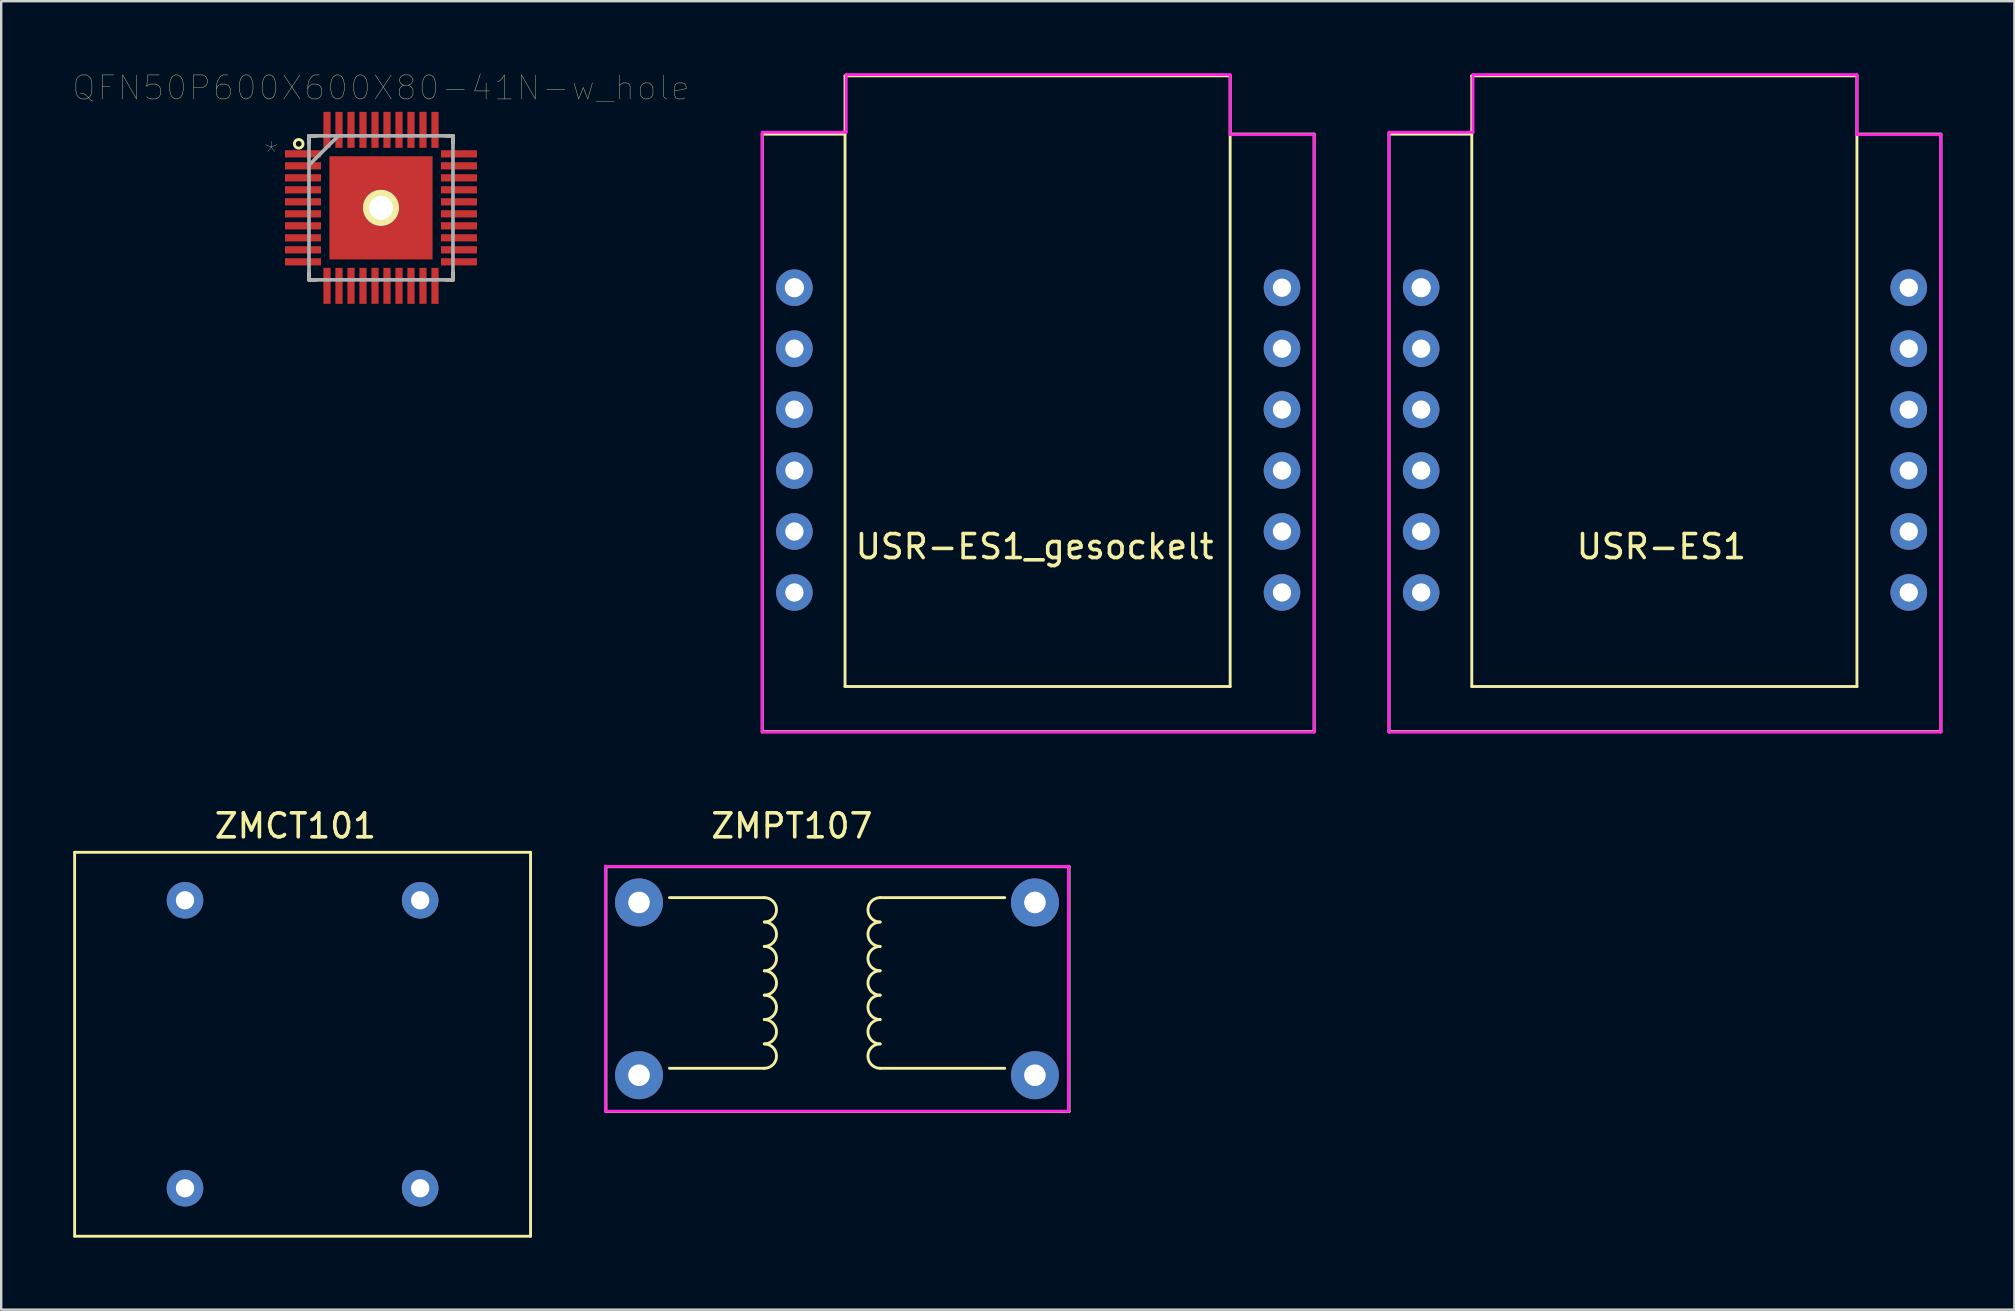
<source format=kicad_pcb>
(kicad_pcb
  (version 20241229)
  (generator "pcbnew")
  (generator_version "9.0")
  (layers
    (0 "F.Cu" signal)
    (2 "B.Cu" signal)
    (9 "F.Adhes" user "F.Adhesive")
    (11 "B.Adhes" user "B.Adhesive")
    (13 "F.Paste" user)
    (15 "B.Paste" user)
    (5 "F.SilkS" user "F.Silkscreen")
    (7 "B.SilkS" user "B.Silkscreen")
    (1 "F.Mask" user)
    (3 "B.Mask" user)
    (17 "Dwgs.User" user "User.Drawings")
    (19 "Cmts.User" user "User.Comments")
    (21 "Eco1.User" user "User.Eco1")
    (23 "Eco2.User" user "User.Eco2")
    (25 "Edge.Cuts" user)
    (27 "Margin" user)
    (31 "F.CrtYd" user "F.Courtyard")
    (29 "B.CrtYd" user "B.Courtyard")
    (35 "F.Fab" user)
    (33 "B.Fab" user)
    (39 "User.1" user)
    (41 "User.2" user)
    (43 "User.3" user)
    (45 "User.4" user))
  (footprint "USR-ES1_gesockelt"
    (layer "F.Cu")
    (at 40.215 16.56)
    (property "Reference" "USR-ES1_gesockelt" (at -0.15 3.17 0) (layer "F.SilkS") (effects (font (size 1 1) (thickness 0.15))))
    (attr through_hole)
    (fp_line (start -11.5 -14.02) (end -11.5 10.89) (stroke (width 0.12) (type solid)) (layer "F.SilkS"))
    (fp_line (start -11.5 10.88) (end 11.5 10.88) (stroke (width 0.12) (type solid)) (layer "F.SilkS"))
    (fp_line (start -8.05 -16.45) (end -8.05 9) (stroke (width 0.12) (type solid)) (layer "F.SilkS"))
    (fp_line (start -8.05 -14.02) (end -11.5 -14.02) (stroke (width 0.12) (type solid)) (layer "F.SilkS"))
    (fp_line (start 8 -16.45) (end -8.05 -16.45) (stroke (width 0.12) (type solid)) (layer "F.SilkS"))
    (fp_line (start 8 9) (end -8.05 9) (stroke (width 0.12) (type solid)) (layer "F.SilkS"))
    (fp_line (start 8 9) (end 8 -16.45) (stroke (width 0.12) (type solid)) (layer "F.SilkS"))
    (fp_line (start 11.5 -14.02) (end 8.05 -14.02) (stroke (width 0.12) (type solid)) (layer "F.SilkS"))
    (fp_line (start 11.5 10.88) (end 11.5 -14.02) (stroke (width 0.12) (type solid)) (layer "F.SilkS"))
    (fp_line (start -11.5 -14.1) (end -11.5 10.9) (stroke (width 0.12) (type solid)) (layer "F.CrtYd"))
    (fp_line (start -11.5 10.9) (end 11.5 10.9) (stroke (width 0.12) (type solid)) (layer "F.CrtYd"))
    (fp_line (start -8 -16.5) (end -8 -14.1) (stroke (width 0.12) (type solid)) (layer "F.CrtYd"))
    (fp_line (start -8 -14.1) (end -11.5 -14.1) (stroke (width 0.12) (type solid)) (layer "F.CrtYd"))
    (fp_line (start 8 -16.5) (end -8 -16.5) (stroke (width 0.12) (type solid)) (layer "F.CrtYd"))
    (fp_line (start 8 -14) (end 8 -16.5) (stroke (width 0.12) (type solid)) (layer "F.CrtYd"))
    (fp_line (start 11.5 -14) (end 8 -14) (stroke (width 0.12) (type solid)) (layer "F.CrtYd"))
    (fp_line (start 11.5 10.9) (end 11.5 -14) (stroke (width 0.12) (type solid)) (layer "F.CrtYd"))
    (pad "1" thru_hole circle (at -10.16 -7.62) (size 1.524 1.524) (drill 0.8) (layers "*.Cu" "*.Mask"))
    (pad "2" thru_hole circle (at -10.16 -5.08) (size 1.524 1.524) (drill 0.762) (layers "*.Cu" "*.Mask"))
    (pad "3" thru_hole circle (at -10.16 -2.54) (size 1.524 1.524) (drill 0.762) (layers "*.Cu" "*.Mask"))
    (pad "4" thru_hole circle (at -10.16 0) (size 1.524 1.524) (drill 0.762) (layers "*.Cu" "*.Mask"))
    (pad "5" thru_hole circle (at -10.16 2.54) (size 1.524 1.524) (drill 0.762) (layers "*.Cu" "*.Mask"))
    (pad "6" thru_hole circle (at -10.16 5.08) (size 1.524 1.524) (drill 0.762) (layers "*.Cu" "*.Mask"))
    (pad "7" thru_hole circle (at 10.16 5.08) (size 1.524 1.524) (drill 0.762) (layers "*.Cu" "*.Mask"))
    (pad "8" thru_hole circle (at 10.16 2.54) (size 1.524 1.524) (drill 0.762) (layers "*.Cu" "*.Mask"))
    (pad "9" thru_hole circle (at 10.16 0) (size 1.524 1.524) (drill 0.762) (layers "*.Cu" "*.Mask"))
    (pad "10" thru_hole circle (at 10.16 -2.54) (size 1.524 1.524) (drill 0.762) (layers "*.Cu" "*.Mask"))
    (pad "11" thru_hole circle (at 10.16 -5.08) (size 1.524 1.524) (drill 0.762) (layers "*.Cu" "*.Mask"))
    (pad "12" thru_hole circle (at 10.16 -7.62) (size 1.524 1.524) (drill 0.762) (layers "*.Cu" "*.Mask")))
  (footprint "ZMCT101"
    (layer "F.Cu")
    (at 8.06 36.468)
    (property "Reference" "ZMCT101" (at 1.2 -5.1 0) (layer "F.SilkS") (effects (font (size 1 1) (thickness 0.15))))
    (attr through_hole)
    (fp_line (start -8 -4) (end 11 -4) (stroke (width 0.12) (type solid)) (layer "F.SilkS"))
    (fp_line (start -8 12) (end -8 -4) (stroke (width 0.12) (type solid)) (layer "F.SilkS"))
    (fp_line (start 11 -4) (end 11 12) (stroke (width 0.12) (type solid)) (layer "F.SilkS"))
    (fp_line (start 11 12) (end -8 12) (stroke (width 0.12) (type solid)) (layer "F.SilkS"))
    (pad "1" thru_hole circle (at -3.4 -2) (size 1.524 1.524) (drill 0.762) (layers "*.Cu" "*.Mask"))
    (pad "2" thru_hole circle (at -3.4 10) (size 1.524 1.524) (drill 0.762) (layers "*.Cu" "*.Mask"))
    (pad "3" thru_hole circle (at 6.4 -2) (size 1.524 1.524) (drill 0.762) (layers "*.Cu" "*.Mask"))
    (pad "4" thru_hole circle (at 6.4 10) (size 1.524 1.524) (drill 0.762) (layers "*.Cu" "*.Mask")))
  (footprint "ZMPT107"
    (layer "F.Cu")
    (at 23.58 34.558)
    (property "Reference" "ZMPT107" (at 6.37 -3.19 0) (layer "F.SilkS") (effects (font (size 1 1) (thickness 0.15))))
    (attr through_hole)
    (fp_line (start -1.38 -1.49) (end -1.38 8.71) (stroke (width 0.12) (type solid)) (layer "F.SilkS"))
    (fp_line (start -1.38 -1.49) (end 17.92 -1.49) (stroke (width 0.12) (type solid)) (layer "F.SilkS"))
    (fp_line (start 5.222 -0.2) (end 1.27 -0.2) (stroke (width 0.12) (type solid)) (layer "F.SilkS"))
    (fp_line (start 5.222 6.912) (end 1.27 6.912) (stroke (width 0.12) (type solid)) (layer "F.SilkS"))
    (fp_line (start 10.048 -0.2) (end 15.24 -0.2) (stroke (width 0.12) (type solid)) (layer "F.SilkS"))
    (fp_line (start 10.048 6.912) (end 15.24 6.912) (stroke (width 0.12) (type solid)) (layer "F.SilkS"))
    (fp_line (start 17.92 -1.49) (end 17.92 8.71) (stroke (width 0.12) (type solid)) (layer "F.SilkS"))
    (fp_line (start 17.92 8.71) (end -1.38 8.71) (stroke (width 0.12) (type solid)) (layer "F.SilkS"))
    (fp_arc (start 5.222 -0.2) (mid 5.73 0.308) (end 5.222 0.816) (stroke (width 0.12) (type solid)) (layer "F.SilkS"))
    (fp_arc (start 5.222 0.816) (mid 5.73 1.324) (end 5.222 1.832) (stroke (width 0.12) (type solid)) (layer "F.SilkS"))
    (fp_arc (start 5.222 1.832) (mid 5.73 2.34) (end 5.222 2.848) (stroke (width 0.12) (type solid)) (layer "F.SilkS"))
    (fp_arc (start 5.222 2.848) (mid 5.73 3.356) (end 5.222 3.864) (stroke (width 0.12) (type solid)) (layer "F.SilkS"))
    (fp_arc (start 5.222 3.864) (mid 5.73 4.372) (end 5.222 4.88) (stroke (width 0.12) (type solid)) (layer "F.SilkS"))
    (fp_arc (start 5.222 4.88) (mid 5.73 5.388) (end 5.222 5.896) (stroke (width 0.12) (type solid)) (layer "F.SilkS"))
    (fp_arc (start 5.222 5.896) (mid 5.73 6.404) (end 5.222 6.912) (stroke (width 0.12) (type solid)) (layer "F.SilkS"))
    (fp_arc (start 10.048 0.816) (mid 9.54 0.308) (end 10.048 -0.2) (stroke (width 0.12) (type solid)) (layer "F.SilkS"))
    (fp_arc (start 10.048 1.832) (mid 9.54 1.324) (end 10.048 0.816) (stroke (width 0.12) (type solid)) (layer "F.SilkS"))
    (fp_arc (start 10.048 2.848) (mid 9.54 2.34) (end 10.048 1.832) (stroke (width 0.12) (type solid)) (layer "F.SilkS"))
    (fp_arc (start 10.048 3.864) (mid 9.54 3.356) (end 10.048 2.848) (stroke (width 0.12) (type solid)) (layer "F.SilkS"))
    (fp_arc (start 10.048 4.88) (mid 9.54 4.372) (end 10.048 3.864) (stroke (width 0.12) (type solid)) (layer "F.SilkS"))
    (fp_arc (start 10.048 5.896) (mid 9.54 5.388) (end 10.048 4.88) (stroke (width 0.12) (type solid)) (layer "F.SilkS"))
    (fp_arc (start 10.048 6.912) (mid 9.54 6.404) (end 10.048 5.896) (stroke (width 0.12) (type solid)) (layer "F.SilkS"))
    (fp_line (start -1.4 -1.5) (end -1.4 8.7) (stroke (width 0.12) (type solid)) (layer "F.CrtYd"))
    (fp_line (start -1.4 8.7) (end 17.9 8.7) (stroke (width 0.12) (type solid)) (layer "F.CrtYd"))
    (fp_line (start 17.9 -1.5) (end -1.4 -1.5) (stroke (width 0.12) (type solid)) (layer "F.CrtYd"))
    (fp_line (start 17.9 8.7) (end 17.9 -1.5) (stroke (width 0.12) (type solid)) (layer "F.CrtYd"))
    (pad "1" thru_hole circle (at 0 0) (size 2 2) (drill 0.9) (layers "*.Cu" "*.Mask"))
    (pad "2" thru_hole circle (at 0 7.2) (size 2 2) (drill 0.9) (layers "*.Cu" "*.Mask"))
    (pad "3" thru_hole circle (at 16.5 0) (size 2 2) (drill 0.9) (layers "*.Cu" "*.Mask"))
    (pad "4" thru_hole circle (at 16.5 7.2) (size 2 2) (drill 0.9) (layers "*.Cu" "*.Mask")))
  (footprint "USR-ES1"
    (layer "F.Cu")
    (at 66.335 16.56)
    (property "Reference" "USR-ES1" (at -0.15 3.17 0) (layer "F.SilkS") (effects (font (size 1 1) (thickness 0.15))))
    (attr through_hole)
    (fp_line (start -11.5 -14.02) (end -11.5 10.89) (stroke (width 0.12) (type solid)) (layer "F.SilkS"))
    (fp_line (start -11.5 10.88) (end 11.5 10.88) (stroke (width 0.12) (type solid)) (layer "F.SilkS"))
    (fp_line (start -8.05 -16.45) (end -8.05 9) (stroke (width 0.12) (type solid)) (layer "F.SilkS"))
    (fp_line (start -8.05 -14.02) (end -11.5 -14.02) (stroke (width 0.12) (type solid)) (layer "F.SilkS"))
    (fp_line (start 8 -16.45) (end -8.05 -16.45) (stroke (width 0.12) (type solid)) (layer "F.SilkS"))
    (fp_line (start 8 9) (end -8.05 9) (stroke (width 0.12) (type solid)) (layer "F.SilkS"))
    (fp_line (start 8 9) (end 8 -16.45) (stroke (width 0.12) (type solid)) (layer "F.SilkS"))
    (fp_line (start 11.5 -14.02) (end 8.05 -14.02) (stroke (width 0.12) (type solid)) (layer "F.SilkS"))
    (fp_line (start 11.5 10.88) (end 11.5 -14.02) (stroke (width 0.12) (type solid)) (layer "F.SilkS"))
    (fp_line (start -11.5 -14.1) (end -11.5 10.9) (stroke (width 0.12) (type solid)) (layer "F.CrtYd"))
    (fp_line (start -11.5 10.9) (end 11.5 10.9) (stroke (width 0.12) (type solid)) (layer "F.CrtYd"))
    (fp_line (start -8 -16.5) (end -8 -14.1) (stroke (width 0.12) (type solid)) (layer "F.CrtYd"))
    (fp_line (start -8 -14.1) (end -11.5 -14.1) (stroke (width 0.12) (type solid)) (layer "F.CrtYd"))
    (fp_line (start 8 -16.5) (end -8 -16.5) (stroke (width 0.12) (type solid)) (layer "F.CrtYd"))
    (fp_line (start 8 -14) (end 8 -16.5) (stroke (width 0.12) (type solid)) (layer "F.CrtYd"))
    (fp_line (start 11.5 -14) (end 8 -14) (stroke (width 0.12) (type solid)) (layer "F.CrtYd"))
    (fp_line (start 11.5 10.9) (end 11.5 -14) (stroke (width 0.12) (type solid)) (layer "F.CrtYd"))
    (pad "1" thru_hole circle (at -10.16 -7.62) (size 1.524 1.524) (drill 0.8) (layers "*.Cu" "*.Mask"))
    (pad "2" thru_hole circle (at -10.16 -5.08) (size 1.524 1.524) (drill 0.762) (layers "*.Cu" "*.Mask"))
    (pad "3" thru_hole circle (at -10.16 -2.54) (size 1.524 1.524) (drill 0.762) (layers "*.Cu" "*.Mask"))
    (pad "4" thru_hole circle (at -10.16 0) (size 1.524 1.524) (drill 0.762) (layers "*.Cu" "*.Mask"))
    (pad "5" thru_hole circle (at -10.16 2.54) (size 1.524 1.524) (drill 0.762) (layers "*.Cu" "*.Mask"))
    (pad "6" thru_hole circle (at -10.16 5.08) (size 1.524 1.524) (drill 0.762) (layers "*.Cu" "*.Mask"))
    (pad "7" thru_hole circle (at 10.16 5.08) (size 1.524 1.524) (drill 0.762) (layers "*.Cu" "*.Mask"))
    (pad "8" thru_hole circle (at 10.16 2.54) (size 1.524 1.524) (drill 0.762) (layers "*.Cu" "*.Mask"))
    (pad "9" thru_hole circle (at 10.16 0) (size 1.524 1.524) (drill 0.762) (layers "*.Cu" "*.Mask"))
    (pad "10" thru_hole circle (at 10.16 -2.54) (size 1.524 1.524) (drill 0.762) (layers "*.Cu" "*.Mask"))
    (pad "11" thru_hole circle (at 10.16 -5.08) (size 1.524 1.524) (drill 0.762) (layers "*.Cu" "*.Mask"))
    (pad "12" thru_hole circle (at 10.16 -7.62) (size 1.524 1.524) (drill 0.762) (layers "*.Cu" "*.Mask")))
  (footprint "QFN50P600X600X80-41N-w_hole"
    (layer "F.Cu")
    (at 12.827 5.611)
    (property "Reference" "QFN50P600X600X80-41N-w_hole" (at 0 -5 0) (layer "F.SilkS") (effects (font (size 1 1) (thickness 0.015))))
    (attr smd)
    (fp_line (start -3 -3) (end -3 -2.7) (stroke (width 0.152) (type solid)) (layer "F.SilkS"))
    (fp_line (start -3 2.7) (end -3 3) (stroke (width 0.152) (type solid)) (layer "F.SilkS"))
    (fp_line (start -3 3) (end -2.7 3) (stroke (width 0.152) (type solid)) (layer "F.SilkS"))
    (fp_line (start -2.7 -3) (end -3 -3) (stroke (width 0.152) (type solid)) (layer "F.SilkS"))
    (fp_line (start 2.7 3) (end 3 3) (stroke (width 0.152) (type solid)) (layer "F.SilkS"))
    (fp_line (start 3 -3) (end 2.7 -3) (stroke (width 0.152) (type solid)) (layer "F.SilkS"))
    (fp_line (start 3 -2.7) (end 3 -3) (stroke (width 0.152) (type solid)) (layer "F.SilkS"))
    (fp_line (start 3 3) (end 3 2.7) (stroke (width 0.152) (type solid)) (layer "F.SilkS"))
    (fp_circle (center -3.429 -2.667) (end -3.249 -2.667) (stroke (width 0.12) (type solid)) (fill no) (layer "F.SilkS"))
    (fp_line (start -3 -3) (end -3 3) (stroke (width 0.152) (type solid)) (layer "F.Fab"))
    (fp_line (start -3 -1.778) (end -1.778 -3) (stroke (width 0.152) (type solid)) (layer "F.Fab"))
    (fp_line (start -3 3) (end 3 3) (stroke (width 0.152) (type solid)) (layer "F.Fab"))
    (fp_line (start 3 -3) (end -3 -3) (stroke (width 0.152) (type solid)) (layer "F.Fab"))
    (fp_line (start 3 3) (end 3 -3) (stroke (width 0.152) (type solid)) (layer "F.Fab"))
    (fp_text user "*" (at -4.576 -2.237 0) (layer "Dwgs.User") (effects (font (size 1 1) (thickness 0.015))))
    (pad "1" smd rect (at -3.25 -2.25) (size 1.5 0.3) (layers "F.Cu" "F.Mask" "F.Paste"))
    (pad "2" smd rect (at -3.25 -1.75) (size 1.5 0.3) (layers "F.Cu" "F.Mask" "F.Paste"))
    (pad "3" smd rect (at -3.25 -1.25) (size 1.5 0.3) (layers "F.Cu" "F.Mask" "F.Paste"))
    (pad "4" smd rect (at -3.25 -0.75) (size 1.5 0.3) (layers "F.Cu" "F.Mask" "F.Paste"))
    (pad "5" smd rect (at -3.25 -0.25) (size 1.5 0.3) (layers "F.Cu" "F.Mask" "F.Paste"))
    (pad "6" smd rect (at -3.25 0.25) (size 1.5 0.3) (layers "F.Cu" "F.Mask" "F.Paste"))
    (pad "7" smd rect (at -3.25 0.75) (size 1.5 0.3) (layers "F.Cu" "F.Mask" "F.Paste"))
    (pad "8" smd rect (at -3.25 1.25) (size 1.5 0.3) (layers "F.Cu" "F.Mask" "F.Paste"))
    (pad "9" smd rect (at -3.25 1.75) (size 1.5 0.3) (layers "F.Cu" "F.Mask" "F.Paste"))
    (pad "10" smd rect (at -3.25 2.25) (size 1.5 0.3) (layers "F.Cu" "F.Mask" "F.Paste"))
    (pad "11" smd rect (at -2.25 3.25) (size 0.3 1.5) (layers "F.Cu" "F.Mask" "F.Paste"))
    (pad "12" smd rect (at -1.75 3.25) (size 0.3 1.5) (layers "F.Cu" "F.Mask" "F.Paste"))
    (pad "13" smd rect (at -1.25 3.25) (size 0.3 1.5) (layers "F.Cu" "F.Mask" "F.Paste"))
    (pad "14" smd rect (at -0.75 3.25) (size 0.3 1.5) (layers "F.Cu" "F.Mask" "F.Paste"))
    (pad "15" smd rect (at -0.25 3.25) (size 0.3 1.5) (layers "F.Cu" "F.Mask" "F.Paste"))
    (pad "16" smd rect (at 0.25 3.25) (size 0.3 1.5) (layers "F.Cu" "F.Mask" "F.Paste"))
    (pad "17" smd rect (at 0.75 3.25) (size 0.3 1.5) (layers "F.Cu" "F.Mask" "F.Paste"))
    (pad "18" smd rect (at 1.25 3.25) (size 0.3 1.5) (layers "F.Cu" "F.Mask" "F.Paste"))
    (pad "19" smd rect (at 1.75 3.25) (size 0.3 1.5) (layers "F.Cu" "F.Mask" "F.Paste"))
    (pad "20" smd rect (at 2.25 3.25) (size 0.3 1.5) (layers "F.Cu" "F.Mask" "F.Paste"))
    (pad "21" smd rect (at 3.25 2.25) (size 1.5 0.3) (layers "F.Cu" "F.Mask" "F.Paste"))
    (pad "22" smd rect (at 3.25 1.75) (size 1.5 0.3) (layers "F.Cu" "F.Mask" "F.Paste"))
    (pad "23" smd rect (at 3.25 1.25) (size 1.5 0.3) (layers "F.Cu" "F.Mask" "F.Paste"))
    (pad "24" smd rect (at 3.25 0.75) (size 1.5 0.3) (layers "F.Cu" "F.Mask" "F.Paste"))
    (pad "25" smd rect (at 3.25 0.25) (size 1.5 0.3) (layers "F.Cu" "F.Mask" "F.Paste"))
    (pad "26" smd rect (at 3.25 -0.25) (size 1.5 0.3) (layers "F.Cu" "F.Mask" "F.Paste"))
    (pad "27" smd rect (at 3.25 -0.75) (size 1.5 0.3) (layers "F.Cu" "F.Mask" "F.Paste"))
    (pad "28" smd rect (at 3.25 -1.25) (size 1.5 0.3) (layers "F.Cu" "F.Mask" "F.Paste"))
    (pad "29" smd rect (at 3.25 -1.75) (size 1.5 0.3) (layers "F.Cu" "F.Mask" "F.Paste"))
    (pad "30" smd rect (at 3.25 -2.25) (size 1.5 0.3) (layers "F.Cu" "F.Mask" "F.Paste"))
    (pad "31" smd rect (at 2.25 -3.25) (size 0.3 1.5) (layers "F.Cu" "F.Mask" "F.Paste"))
    (pad "32" smd rect (at 1.75 -3.25) (size 0.3 1.5) (layers "F.Cu" "F.Mask" "F.Paste"))
    (pad "33" smd rect (at 1.25 -3.25) (size 0.3 1.5) (layers "F.Cu" "F.Mask" "F.Paste"))
    (pad "34" smd rect (at 0.75 -3.25) (size 0.3 1.5) (layers "F.Cu" "F.Mask" "F.Paste"))
    (pad "35" smd rect (at 0.25 -3.25) (size 0.3 1.5) (layers "F.Cu" "F.Mask" "F.Paste"))
    (pad "36" smd rect (at -0.25 -3.25) (size 0.3 1.5) (layers "F.Cu" "F.Mask" "F.Paste"))
    (pad "37" smd rect (at -0.75 -3.25) (size 0.3 1.5) (layers "F.Cu" "F.Mask" "F.Paste"))
    (pad "38" smd rect (at -1.25 -3.25) (size 0.3 1.5) (layers "F.Cu" "F.Mask" "F.Paste"))
    (pad "39" smd rect (at -1.75 -3.25) (size 0.3 1.5) (layers "F.Cu" "F.Mask" "F.Paste"))
    (pad "40" smd rect (at -2.25 -3.25) (size 0.3 1.5) (layers "F.Cu" "F.Mask" "F.Paste"))
    (pad "41" smd rect (at 0 0) (size 4.3 4.3) (layers "F.Cu" "F.Mask" "F.Paste"))
    (pad "42" thru_hole circle (at 0 0) (size 1.5 1.5) (drill 1) (layers "*.Cu" "*.Mask" "F.SilkS")))
  (gr_rect
    (start -3 -3)
    (end 80.895 51.528)
    (stroke (width 0.1) (type default))
    (fill no)
    (layer "Edge.Cuts")))
</source>
